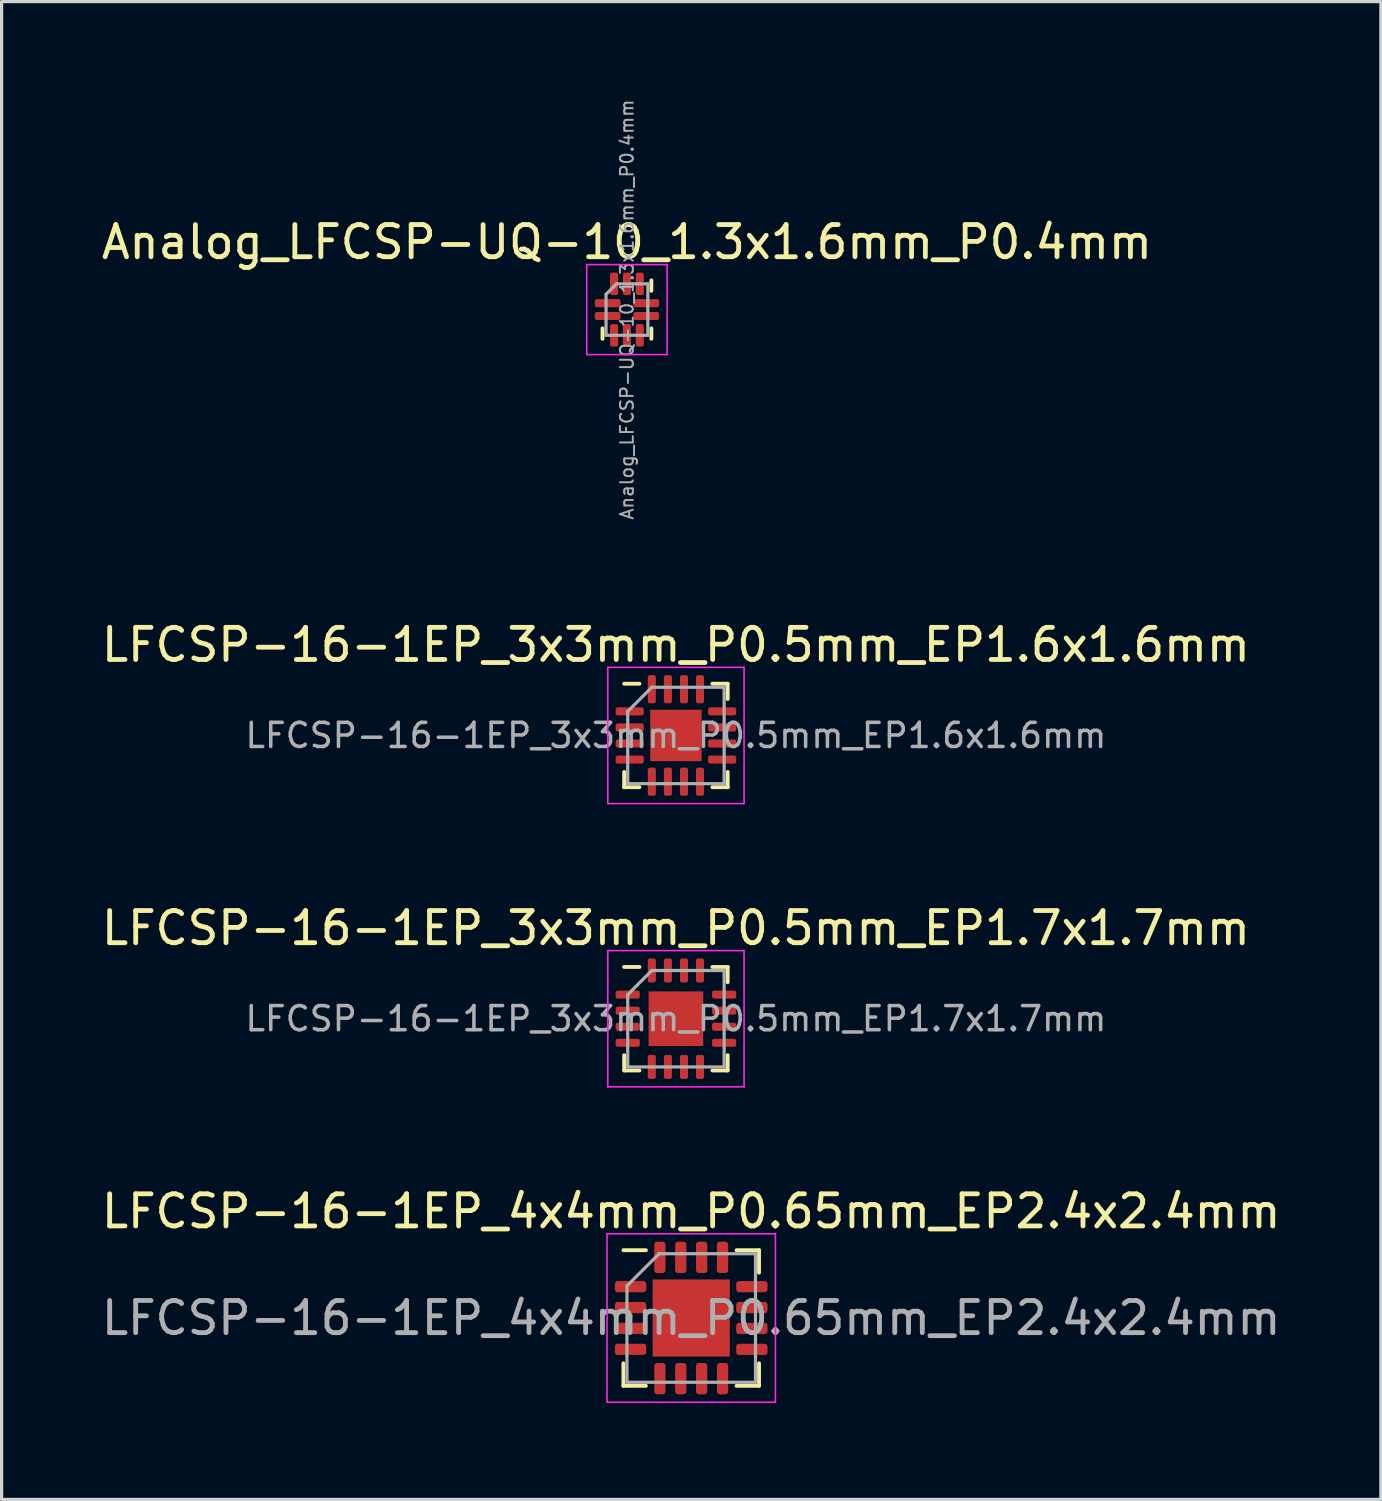
<source format=kicad_pcb>
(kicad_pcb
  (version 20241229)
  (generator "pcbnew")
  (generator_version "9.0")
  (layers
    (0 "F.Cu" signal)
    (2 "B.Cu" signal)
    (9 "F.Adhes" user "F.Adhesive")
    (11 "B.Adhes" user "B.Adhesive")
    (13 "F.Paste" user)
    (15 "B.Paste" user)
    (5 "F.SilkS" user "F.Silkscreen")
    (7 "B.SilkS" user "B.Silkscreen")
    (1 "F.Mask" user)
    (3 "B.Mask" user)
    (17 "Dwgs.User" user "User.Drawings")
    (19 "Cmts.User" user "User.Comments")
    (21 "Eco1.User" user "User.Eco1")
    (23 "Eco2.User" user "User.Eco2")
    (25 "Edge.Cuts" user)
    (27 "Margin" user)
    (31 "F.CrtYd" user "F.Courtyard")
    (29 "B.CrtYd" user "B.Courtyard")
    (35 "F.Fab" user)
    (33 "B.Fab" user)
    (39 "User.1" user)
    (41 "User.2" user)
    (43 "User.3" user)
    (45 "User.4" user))
  (footprint "Analog_LFCSP-UQ-10_1.3x1.6mm_P0.4mm"
    (layer "F.Cu")
    (at 16.458 6.583)
    (property "Reference" "Analog_LFCSP-UQ-10_1.3x1.6mm_P0.4mm" (at 0 -2.1 0) (layer "F.SilkS") (effects (font (size 1 1) (thickness 0.15))))
    (attr smd)
    (fp_line (start -0.76 0.91) (end -0.76 0.585) (stroke (width 0.12) (type solid)) (layer "F.SilkS"))
    (fp_line (start 0.76 -0.91) (end 0.76 -0.585) (stroke (width 0.12) (type solid)) (layer "F.SilkS"))
    (fp_line (start 0.76 0.91) (end 0.76 0.585) (stroke (width 0.12) (type solid)) (layer "F.SilkS"))
    (fp_line (start -1.25 -1.4) (end -1.25 1.4) (stroke (width 0.05) (type solid)) (layer "F.CrtYd"))
    (fp_line (start -1.25 1.4) (end 1.25 1.4) (stroke (width 0.05) (type solid)) (layer "F.CrtYd"))
    (fp_line (start 1.25 -1.4) (end -1.25 -1.4) (stroke (width 0.05) (type solid)) (layer "F.CrtYd"))
    (fp_line (start 1.25 1.4) (end 1.25 -1.4) (stroke (width 0.05) (type solid)) (layer "F.CrtYd"))
    (fp_line (start -0.65 -0.475) (end -0.325 -0.8) (stroke (width 0.1) (type solid)) (layer "F.Fab"))
    (fp_line (start -0.65 0.8) (end -0.65 -0.475) (stroke (width 0.1) (type solid)) (layer "F.Fab"))
    (fp_line (start -0.325 -0.8) (end 0.65 -0.8) (stroke (width 0.1) (type solid)) (layer "F.Fab"))
    (fp_line (start 0.65 -0.8) (end 0.65 0.8) (stroke (width 0.1) (type solid)) (layer "F.Fab"))
    (fp_line (start 0.65 0.8) (end -0.65 0.8) (stroke (width 0.1) (type solid)) (layer "F.Fab"))
    (fp_text user "${REFERENCE}" (at 0 0 90) (layer "F.Fab") (effects (font (size 0.4 0.4) (thickness 0.06))))
    (pad "1" smd roundrect (at -0.4 -0.8) (size 0.25 0.7) (layers "F.Cu" "F.Mask" "F.Paste") (roundrect_rratio 0.25))
    (pad "2" smd roundrect (at -0.6 -0.2) (size 0.8 0.25) (layers "F.Cu" "F.Mask" "F.Paste") (roundrect_rratio 0.25))
    (pad "3" smd roundrect (at -0.6 0.2) (size 0.8 0.25) (layers "F.Cu" "F.Mask" "F.Paste") (roundrect_rratio 0.25))
    (pad "4" smd roundrect (at -0.4 0.8) (size 0.25 0.7) (layers "F.Cu" "F.Mask" "F.Paste") (roundrect_rratio 0.25))
    (pad "5" smd roundrect (at 0 0.8) (size 0.25 0.7) (layers "F.Cu" "F.Mask" "F.Paste") (roundrect_rratio 0.25))
    (pad "6" smd roundrect (at 0.4 0.8) (size 0.25 0.7) (layers "F.Cu" "F.Mask" "F.Paste") (roundrect_rratio 0.25))
    (pad "7" smd roundrect (at 0.6 0.2) (size 0.8 0.25) (layers "F.Cu" "F.Mask" "F.Paste") (roundrect_rratio 0.25))
    (pad "8" smd roundrect (at 0.6 -0.2) (size 0.8 0.25) (layers "F.Cu" "F.Mask" "F.Paste") (roundrect_rratio 0.25))
    (pad "9" smd roundrect (at 0.4 -0.8) (size 0.25 0.7) (layers "F.Cu" "F.Mask" "F.Paste") (roundrect_rratio 0.25))
    (pad "10" smd roundrect (at 0 -0.8) (size 0.25 0.7) (layers "F.Cu" "F.Mask" "F.Paste") (roundrect_rratio 0.25)))
  (footprint "LFCSP-16-1EP_3x3mm_P0.5mm_EP1.7x1.7mm"
    (layer "F.Cu")
    (at 17.982 28.648)
    (property "Reference" "LFCSP-16-1EP_3x3mm_P0.5mm_EP1.7x1.7mm" (at 0 -2.82 0) (layer "F.SilkS") (effects (font (size 1 1) (thickness 0.15))))
    (attr smd)
    (fp_line (start -1.61 1.61) (end -1.61 1.135) (stroke (width 0.12) (type solid)) (layer "F.SilkS"))
    (fp_line (start -1.135 -1.61) (end -1.61 -1.61) (stroke (width 0.12) (type solid)) (layer "F.SilkS"))
    (fp_line (start -1.135 1.61) (end -1.61 1.61) (stroke (width 0.12) (type solid)) (layer "F.SilkS"))
    (fp_line (start 1.135 -1.61) (end 1.61 -1.61) (stroke (width 0.12) (type solid)) (layer "F.SilkS"))
    (fp_line (start 1.135 1.61) (end 1.61 1.61) (stroke (width 0.12) (type solid)) (layer "F.SilkS"))
    (fp_line (start 1.61 -1.61) (end 1.61 -1.135) (stroke (width 0.12) (type solid)) (layer "F.SilkS"))
    (fp_line (start 1.61 1.61) (end 1.61 1.135) (stroke (width 0.12) (type solid)) (layer "F.SilkS"))
    (fp_line (start -2.12 -2.12) (end -2.12 2.12) (stroke (width 0.05) (type solid)) (layer "F.CrtYd"))
    (fp_line (start -2.12 2.12) (end 2.12 2.12) (stroke (width 0.05) (type solid)) (layer "F.CrtYd"))
    (fp_line (start 2.12 -2.12) (end -2.12 -2.12) (stroke (width 0.05) (type solid)) (layer "F.CrtYd"))
    (fp_line (start 2.12 2.12) (end 2.12 -2.12) (stroke (width 0.05) (type solid)) (layer "F.CrtYd"))
    (fp_line (start -1.5 -0.75) (end -0.75 -1.5) (stroke (width 0.1) (type solid)) (layer "F.Fab"))
    (fp_line (start -1.5 1.5) (end -1.5 -0.75) (stroke (width 0.1) (type solid)) (layer "F.Fab"))
    (fp_line (start -0.75 -1.5) (end 1.5 -1.5) (stroke (width 0.1) (type solid)) (layer "F.Fab"))
    (fp_line (start 1.5 -1.5) (end 1.5 1.5) (stroke (width 0.1) (type solid)) (layer "F.Fab"))
    (fp_line (start 1.5 1.5) (end -1.5 1.5) (stroke (width 0.1) (type solid)) (layer "F.Fab"))
    (fp_text user "${REFERENCE}" (at 0 0 0) (layer "F.Fab") (effects (font (size 0.75 0.75) (thickness 0.11))))
    (pad "" smd roundrect (at -0.425 -0.425) (size 0.69 0.69) (layers "F.Paste") (roundrect_rratio 0.25))
    (pad "" smd roundrect (at -0.425 0.425) (size 0.69 0.69) (layers "F.Paste") (roundrect_rratio 0.25))
    (pad "" smd roundrect (at 0.425 -0.425) (size 0.69 0.69) (layers "F.Paste") (roundrect_rratio 0.25))
    (pad "" smd roundrect (at 0.425 0.425) (size 0.69 0.69) (layers "F.Paste") (roundrect_rratio 0.25))
    (pad "1" smd roundrect (at -1.5 -0.75) (size 0.75 0.25) (layers "F.Cu" "F.Mask" "F.Paste") (roundrect_rratio 0.25))
    (pad "2" smd roundrect (at -1.5 -0.25) (size 0.75 0.25) (layers "F.Cu" "F.Mask" "F.Paste") (roundrect_rratio 0.25))
    (pad "3" smd roundrect (at -1.5 0.25) (size 0.75 0.25) (layers "F.Cu" "F.Mask" "F.Paste") (roundrect_rratio 0.25))
    (pad "4" smd roundrect (at -1.5 0.75) (size 0.75 0.25) (layers "F.Cu" "F.Mask" "F.Paste") (roundrect_rratio 0.25))
    (pad "5" smd roundrect (at -0.75 1.5) (size 0.25 0.75) (layers "F.Cu" "F.Mask" "F.Paste") (roundrect_rratio 0.25))
    (pad "6" smd roundrect (at -0.25 1.5) (size 0.25 0.75) (layers "F.Cu" "F.Mask" "F.Paste") (roundrect_rratio 0.25))
    (pad "7" smd roundrect (at 0.25 1.5) (size 0.25 0.75) (layers "F.Cu" "F.Mask" "F.Paste") (roundrect_rratio 0.25))
    (pad "8" smd roundrect (at 0.75 1.5) (size 0.25 0.75) (layers "F.Cu" "F.Mask" "F.Paste") (roundrect_rratio 0.25))
    (pad "9" smd roundrect (at 1.5 0.75) (size 0.75 0.25) (layers "F.Cu" "F.Mask" "F.Paste") (roundrect_rratio 0.25))
    (pad "10" smd roundrect (at 1.5 0.25) (size 0.75 0.25) (layers "F.Cu" "F.Mask" "F.Paste") (roundrect_rratio 0.25))
    (pad "11" smd roundrect (at 1.5 -0.25) (size 0.75 0.25) (layers "F.Cu" "F.Mask" "F.Paste") (roundrect_rratio 0.25))
    (pad "12" smd roundrect (at 1.5 -0.75) (size 0.75 0.25) (layers "F.Cu" "F.Mask" "F.Paste") (roundrect_rratio 0.25))
    (pad "13" smd roundrect (at 0.75 -1.5) (size 0.25 0.75) (layers "F.Cu" "F.Mask" "F.Paste") (roundrect_rratio 0.25))
    (pad "14" smd roundrect (at 0.25 -1.5) (size 0.25 0.75) (layers "F.Cu" "F.Mask" "F.Paste") (roundrect_rratio 0.25))
    (pad "15" smd roundrect (at -0.25 -1.5) (size 0.25 0.75) (layers "F.Cu" "F.Mask" "F.Paste") (roundrect_rratio 0.25))
    (pad "16" smd roundrect (at -0.75 -1.5) (size 0.25 0.75) (layers "F.Cu" "F.Mask" "F.Paste") (roundrect_rratio 0.25))
    (pad "17" smd rect (at 0 0) (size 1.7 1.7) (layers "F.Cu" "F.Mask")))
  (footprint "LFCSP-16-1EP_3x3mm_P0.5mm_EP1.6x1.6mm"
    (layer "F.Cu")
    (at 17.982 19.835)
    (property "Reference" "LFCSP-16-1EP_3x3mm_P0.5mm_EP1.6x1.6mm" (at 0 -2.82 0) (layer "F.SilkS") (effects (font (size 1 1) (thickness 0.15))))
    (attr smd)
    (fp_line (start -1.61 1.61) (end -1.61 1.135) (stroke (width 0.12) (type solid)) (layer "F.SilkS"))
    (fp_line (start -1.135 -1.61) (end -1.61 -1.61) (stroke (width 0.12) (type solid)) (layer "F.SilkS"))
    (fp_line (start -1.135 1.61) (end -1.61 1.61) (stroke (width 0.12) (type solid)) (layer "F.SilkS"))
    (fp_line (start 1.135 -1.61) (end 1.61 -1.61) (stroke (width 0.12) (type solid)) (layer "F.SilkS"))
    (fp_line (start 1.135 1.61) (end 1.61 1.61) (stroke (width 0.12) (type solid)) (layer "F.SilkS"))
    (fp_line (start 1.61 -1.61) (end 1.61 -1.135) (stroke (width 0.12) (type solid)) (layer "F.SilkS"))
    (fp_line (start 1.61 1.61) (end 1.61 1.135) (stroke (width 0.12) (type solid)) (layer "F.SilkS"))
    (fp_line (start -2.12 -2.12) (end -2.12 2.12) (stroke (width 0.05) (type solid)) (layer "F.CrtYd"))
    (fp_line (start -2.12 2.12) (end 2.12 2.12) (stroke (width 0.05) (type solid)) (layer "F.CrtYd"))
    (fp_line (start 2.12 -2.12) (end -2.12 -2.12) (stroke (width 0.05) (type solid)) (layer "F.CrtYd"))
    (fp_line (start 2.12 2.12) (end 2.12 -2.12) (stroke (width 0.05) (type solid)) (layer "F.CrtYd"))
    (fp_line (start -1.5 -0.75) (end -0.75 -1.5) (stroke (width 0.1) (type solid)) (layer "F.Fab"))
    (fp_line (start -1.5 1.5) (end -1.5 -0.75) (stroke (width 0.1) (type solid)) (layer "F.Fab"))
    (fp_line (start -0.75 -1.5) (end 1.5 -1.5) (stroke (width 0.1) (type solid)) (layer "F.Fab"))
    (fp_line (start 1.5 -1.5) (end 1.5 1.5) (stroke (width 0.1) (type solid)) (layer "F.Fab"))
    (fp_line (start 1.5 1.5) (end -1.5 1.5) (stroke (width 0.1) (type solid)) (layer "F.Fab"))
    (fp_text user "${REFERENCE}" (at 0 0 0) (layer "F.Fab") (effects (font (size 0.75 0.75) (thickness 0.11))))
    (pad "" smd roundrect (at -0.4 -0.4) (size 0.64 0.64) (layers "F.Paste") (roundrect_rratio 0.25))
    (pad "" smd roundrect (at -0.4 0.4) (size 0.64 0.64) (layers "F.Paste") (roundrect_rratio 0.25))
    (pad "" smd roundrect (at 0.4 -0.4) (size 0.64 0.64) (layers "F.Paste") (roundrect_rratio 0.25))
    (pad "" smd roundrect (at 0.4 0.4) (size 0.64 0.64) (layers "F.Paste") (roundrect_rratio 0.25))
    (pad "1" smd roundrect (at -1.438 -0.75) (size 0.875 0.25) (layers "F.Cu" "F.Mask" "F.Paste") (roundrect_rratio 0.25))
    (pad "2" smd roundrect (at -1.438 -0.25) (size 0.875 0.25) (layers "F.Cu" "F.Mask" "F.Paste") (roundrect_rratio 0.25))
    (pad "3" smd roundrect (at -1.438 0.25) (size 0.875 0.25) (layers "F.Cu" "F.Mask" "F.Paste") (roundrect_rratio 0.25))
    (pad "4" smd roundrect (at -1.438 0.75) (size 0.875 0.25) (layers "F.Cu" "F.Mask" "F.Paste") (roundrect_rratio 0.25))
    (pad "5" smd roundrect (at -0.75 1.438) (size 0.25 0.875) (layers "F.Cu" "F.Mask" "F.Paste") (roundrect_rratio 0.25))
    (pad "6" smd roundrect (at -0.25 1.438) (size 0.25 0.875) (layers "F.Cu" "F.Mask" "F.Paste") (roundrect_rratio 0.25))
    (pad "7" smd roundrect (at 0.25 1.438) (size 0.25 0.875) (layers "F.Cu" "F.Mask" "F.Paste") (roundrect_rratio 0.25))
    (pad "8" smd roundrect (at 0.75 1.438) (size 0.25 0.875) (layers "F.Cu" "F.Mask" "F.Paste") (roundrect_rratio 0.25))
    (pad "9" smd roundrect (at 1.438 0.75) (size 0.875 0.25) (layers "F.Cu" "F.Mask" "F.Paste") (roundrect_rratio 0.25))
    (pad "10" smd roundrect (at 1.438 0.25) (size 0.875 0.25) (layers "F.Cu" "F.Mask" "F.Paste") (roundrect_rratio 0.25))
    (pad "11" smd roundrect (at 1.438 -0.25) (size 0.875 0.25) (layers "F.Cu" "F.Mask" "F.Paste") (roundrect_rratio 0.25))
    (pad "12" smd roundrect (at 1.438 -0.75) (size 0.875 0.25) (layers "F.Cu" "F.Mask" "F.Paste") (roundrect_rratio 0.25))
    (pad "13" smd roundrect (at 0.75 -1.438) (size 0.25 0.875) (layers "F.Cu" "F.Mask" "F.Paste") (roundrect_rratio 0.25))
    (pad "14" smd roundrect (at 0.25 -1.438) (size 0.25 0.875) (layers "F.Cu" "F.Mask" "F.Paste") (roundrect_rratio 0.25))
    (pad "15" smd roundrect (at -0.25 -1.438) (size 0.25 0.875) (layers "F.Cu" "F.Mask" "F.Paste") (roundrect_rratio 0.25))
    (pad "16" smd roundrect (at -0.75 -1.438) (size 0.25 0.875) (layers "F.Cu" "F.Mask" "F.Paste") (roundrect_rratio 0.25))
    (pad "17" smd rect (at 0 0) (size 1.6 1.6) (layers "F.Cu" "F.Mask")))
  (footprint "LFCSP-16-1EP_4x4mm_P0.65mm_EP2.4x2.4mm"
    (layer "F.Cu")
    (at 18.458 37.961)
    (property "Reference" "LFCSP-16-1EP_4x4mm_P0.65mm_EP2.4x2.4mm" (at 0 -3.32 0) (layer "F.SilkS") (effects (font (size 1 1) (thickness 0.15))))
    (attr smd)
    (fp_line (start -2.11 2.11) (end -2.11 1.41) (stroke (width 0.12) (type solid)) (layer "F.SilkS"))
    (fp_line (start -1.41 -2.11) (end -2.11 -2.11) (stroke (width 0.12) (type solid)) (layer "F.SilkS"))
    (fp_line (start -1.41 2.11) (end -2.11 2.11) (stroke (width 0.12) (type solid)) (layer "F.SilkS"))
    (fp_line (start 1.41 -2.11) (end 2.11 -2.11) (stroke (width 0.12) (type solid)) (layer "F.SilkS"))
    (fp_line (start 1.41 2.11) (end 2.11 2.11) (stroke (width 0.12) (type solid)) (layer "F.SilkS"))
    (fp_line (start 2.11 -2.11) (end 2.11 -1.41) (stroke (width 0.12) (type solid)) (layer "F.SilkS"))
    (fp_line (start 2.11 2.11) (end 2.11 1.41) (stroke (width 0.12) (type solid)) (layer "F.SilkS"))
    (fp_line (start -2.62 -2.62) (end -2.62 2.62) (stroke (width 0.05) (type solid)) (layer "F.CrtYd"))
    (fp_line (start -2.62 2.62) (end 2.62 2.62) (stroke (width 0.05) (type solid)) (layer "F.CrtYd"))
    (fp_line (start 2.62 -2.62) (end -2.62 -2.62) (stroke (width 0.05) (type solid)) (layer "F.CrtYd"))
    (fp_line (start 2.62 2.62) (end 2.62 -2.62) (stroke (width 0.05) (type solid)) (layer "F.CrtYd"))
    (fp_line (start -2 -1) (end -1 -2) (stroke (width 0.1) (type solid)) (layer "F.Fab"))
    (fp_line (start -2 2) (end -2 -1) (stroke (width 0.1) (type solid)) (layer "F.Fab"))
    (fp_line (start -1 -2) (end 2 -2) (stroke (width 0.1) (type solid)) (layer "F.Fab"))
    (fp_line (start 2 -2) (end 2 2) (stroke (width 0.1) (type solid)) (layer "F.Fab"))
    (fp_line (start 2 2) (end -2 2) (stroke (width 0.1) (type solid)) (layer "F.Fab"))
    (fp_text user "${REFERENCE}" (at 0 0 0) (layer "F.Fab") (effects (font (size 1 1) (thickness 0.15))))
    (pad "" smd roundrect (at -0.6 -0.6) (size 0.97 0.97) (layers "F.Paste") (roundrect_rratio 0.25))
    (pad "" smd roundrect (at -0.6 0.6) (size 0.97 0.97) (layers "F.Paste") (roundrect_rratio 0.25))
    (pad "" smd roundrect (at 0.6 -0.6) (size 0.97 0.97) (layers "F.Paste") (roundrect_rratio 0.25))
    (pad "" smd roundrect (at 0.6 0.6) (size 0.97 0.97) (layers "F.Paste") (roundrect_rratio 0.25))
    (pad "1" smd roundrect (at -1.887 -0.975) (size 0.975 0.35) (layers "F.Cu" "F.Mask" "F.Paste") (roundrect_rratio 0.25))
    (pad "2" smd roundrect (at -1.887 -0.325) (size 0.975 0.35) (layers "F.Cu" "F.Mask" "F.Paste") (roundrect_rratio 0.25))
    (pad "3" smd roundrect (at -1.887 0.325) (size 0.975 0.35) (layers "F.Cu" "F.Mask" "F.Paste") (roundrect_rratio 0.25))
    (pad "4" smd roundrect (at -1.887 0.975) (size 0.975 0.35) (layers "F.Cu" "F.Mask" "F.Paste") (roundrect_rratio 0.25))
    (pad "5" smd roundrect (at -0.975 1.887) (size 0.35 0.975) (layers "F.Cu" "F.Mask" "F.Paste") (roundrect_rratio 0.25))
    (pad "6" smd roundrect (at -0.325 1.887) (size 0.35 0.975) (layers "F.Cu" "F.Mask" "F.Paste") (roundrect_rratio 0.25))
    (pad "7" smd roundrect (at 0.325 1.887) (size 0.35 0.975) (layers "F.Cu" "F.Mask" "F.Paste") (roundrect_rratio 0.25))
    (pad "8" smd roundrect (at 0.975 1.887) (size 0.35 0.975) (layers "F.Cu" "F.Mask" "F.Paste") (roundrect_rratio 0.25))
    (pad "9" smd roundrect (at 1.887 0.975) (size 0.975 0.35) (layers "F.Cu" "F.Mask" "F.Paste") (roundrect_rratio 0.25))
    (pad "10" smd roundrect (at 1.887 0.325) (size 0.975 0.35) (layers "F.Cu" "F.Mask" "F.Paste") (roundrect_rratio 0.25))
    (pad "11" smd roundrect (at 1.887 -0.325) (size 0.975 0.35) (layers "F.Cu" "F.Mask" "F.Paste") (roundrect_rratio 0.25))
    (pad "12" smd roundrect (at 1.887 -0.975) (size 0.975 0.35) (layers "F.Cu" "F.Mask" "F.Paste") (roundrect_rratio 0.25))
    (pad "13" smd roundrect (at 0.975 -1.887) (size 0.35 0.975) (layers "F.Cu" "F.Mask" "F.Paste") (roundrect_rratio 0.25))
    (pad "14" smd roundrect (at 0.325 -1.887) (size 0.35 0.975) (layers "F.Cu" "F.Mask" "F.Paste") (roundrect_rratio 0.25))
    (pad "15" smd roundrect (at -0.325 -1.887) (size 0.35 0.975) (layers "F.Cu" "F.Mask" "F.Paste") (roundrect_rratio 0.25))
    (pad "16" smd roundrect (at -0.975 -1.887) (size 0.35 0.975) (layers "F.Cu" "F.Mask" "F.Paste") (roundrect_rratio 0.25))
    (pad "17" smd rect (at 0 0) (size 2.4 2.4) (layers "F.Cu" "F.Mask")))
  (gr_rect
    (start -3 -3)
    (end 39.917 43.606)
    (stroke (width 0.1) (type default))
    (fill no)
    (layer "Edge.Cuts")))
</source>
